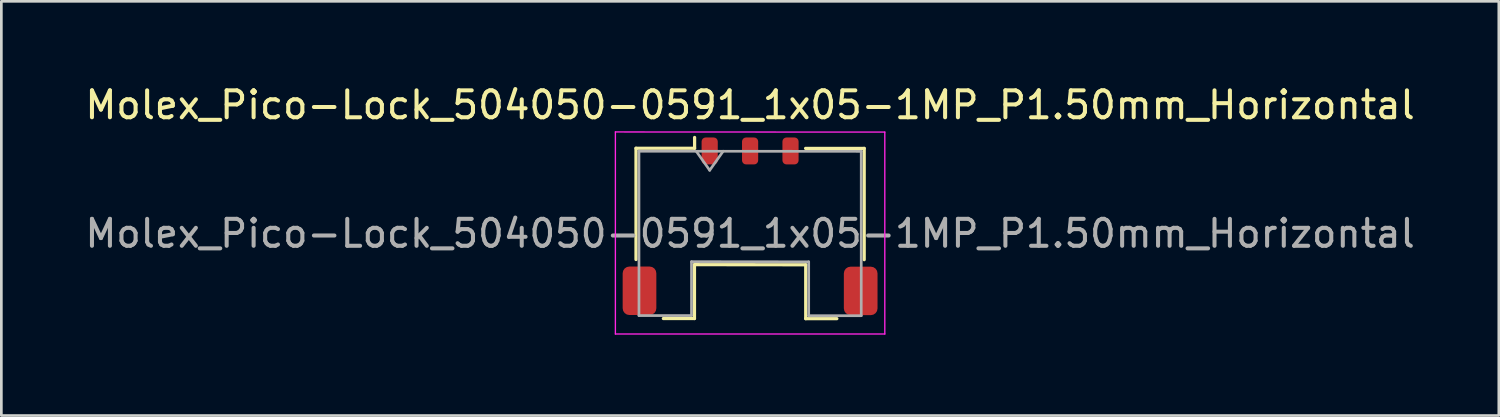
<source format=kicad_pcb>
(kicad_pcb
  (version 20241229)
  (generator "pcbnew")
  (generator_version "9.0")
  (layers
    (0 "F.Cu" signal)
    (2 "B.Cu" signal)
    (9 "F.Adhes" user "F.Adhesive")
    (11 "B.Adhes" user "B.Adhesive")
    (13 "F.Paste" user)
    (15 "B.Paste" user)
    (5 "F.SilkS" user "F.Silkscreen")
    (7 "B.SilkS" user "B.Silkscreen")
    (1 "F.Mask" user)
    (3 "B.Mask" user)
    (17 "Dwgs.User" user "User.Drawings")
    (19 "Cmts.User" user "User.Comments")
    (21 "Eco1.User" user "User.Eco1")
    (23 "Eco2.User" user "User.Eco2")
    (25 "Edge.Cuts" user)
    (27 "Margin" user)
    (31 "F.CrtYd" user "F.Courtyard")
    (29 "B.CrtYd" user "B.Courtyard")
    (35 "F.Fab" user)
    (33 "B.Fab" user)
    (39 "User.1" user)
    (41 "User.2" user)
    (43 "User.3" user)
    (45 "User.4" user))
  (footprint "Molex_Pico-Lock_504050-0591_1x05-1MP_P1.50mm_Horizontal"
    (layer "F.Cu")
    (at 24.792 5.348)
    (property "Reference" "Molex_Pico-Lock_504050-0591_1x05-1MP_P1.50mm_Horizontal" (at 0 -4.5 0) (layer "F.SilkS") (effects (font (size 1 1) (thickness 0.15))))
    (attr smd)
    (fp_line (start -4.235 -2.895) (end -2.06 -2.895) (stroke (width 0.12) (type solid)) (layer "F.SilkS"))
    (fp_line (start -4.235 1.235) (end -4.235 -2.895) (stroke (width 0.12) (type solid)) (layer "F.SilkS"))
    (fp_line (start -3.22 3.425) (end -2.065 3.425) (stroke (width 0.12) (type solid)) (layer "F.SilkS"))
    (fp_line (start -2.065 1.425) (end 2.065 1.43) (stroke (width 0.12) (type solid)) (layer "F.SilkS"))
    (fp_line (start -2.065 3.425) (end -2.065 1.425) (stroke (width 0.12) (type solid)) (layer "F.SilkS"))
    (fp_line (start -2.06 -2.895) (end -2.06 -3.295) (stroke (width 0.12) (type solid)) (layer "F.SilkS"))
    (fp_line (start 2.065 1.43) (end 2.065 3.43) (stroke (width 0.12) (type solid)) (layer "F.SilkS"))
    (fp_line (start 2.065 3.43) (end 3.22 3.43) (stroke (width 0.12) (type solid)) (layer "F.SilkS"))
    (fp_line (start 4.235 -2.89) (end 2.06 -2.89) (stroke (width 0.12) (type solid)) (layer "F.SilkS"))
    (fp_line (start 4.235 1.24) (end 4.235 -2.89) (stroke (width 0.12) (type solid)) (layer "F.SilkS"))
    (fp_line (start -5 -3.5) (end -5 4) (stroke (width 0.05) (type solid)) (layer "F.CrtYd"))
    (fp_line (start -5 4) (end 5 4) (stroke (width 0.05) (type solid)) (layer "F.CrtYd"))
    (fp_line (start 5 -3.495) (end -5 -3.5) (stroke (width 0.05) (type solid)) (layer "F.CrtYd"))
    (fp_line (start 5 4) (end 5 -3.495) (stroke (width 0.05) (type solid)) (layer "F.CrtYd"))
    (fp_line (start -4.125 -2.785) (end -4.125 3.315) (stroke (width 0.1) (type solid)) (layer "F.Fab"))
    (fp_line (start -4.125 -2.785) (end 4.125 -2.78) (stroke (width 0.1) (type solid)) (layer "F.Fab"))
    (fp_line (start -4.125 3.315) (end -2.175 3.315) (stroke (width 0.1) (type solid)) (layer "F.Fab"))
    (fp_line (start -2.175 1.315) (end 2.175 1.32) (stroke (width 0.1) (type solid)) (layer "F.Fab"))
    (fp_line (start -2.175 3.315) (end -2.175 1.315) (stroke (width 0.1) (type solid)) (layer "F.Fab"))
    (fp_line (start -2 -2.785) (end -1.5 -2.078) (stroke (width 0.1) (type solid)) (layer "F.Fab"))
    (fp_line (start -1.5 -2.078) (end -1 -2.785) (stroke (width 0.1) (type solid)) (layer "F.Fab"))
    (fp_line (start 2.175 1.32) (end 2.175 3.32) (stroke (width 0.1) (type solid)) (layer "F.Fab"))
    (fp_line (start 2.175 3.32) (end 4.125 3.32) (stroke (width 0.1) (type solid)) (layer "F.Fab"))
    (fp_line (start 4.125 -2.78) (end 4.125 3.32) (stroke (width 0.1) (type solid)) (layer "F.Fab"))
    (fp_text user "${REFERENCE}" (at 0 0.27 0) (layer "F.Fab") (effects (font (size 1 1) (thickness 0.15))))
    (pad "1" smd roundrect (at -1.5 -2.795) (size 0.6 1) (layers "F.Cu" "F.Mask" "F.Paste") (roundrect_rratio 0.25))
    (pad "2" smd roundrect (at 0 -2.795) (size 0.6 1) (layers "F.Cu" "F.Mask" "F.Paste") (roundrect_rratio 0.25))
    (pad "3" smd roundrect (at 1.5 -2.795) (size 0.6 1) (layers "F.Cu" "F.Mask" "F.Paste") (roundrect_rratio 0.25))
    (pad "MP" smd roundrect (at -4.105 2.395) (size 1.25 1.8) (layers "F.Cu" "F.Mask" "F.Paste") (roundrect_rratio 0.2))
    (pad "MP" smd roundrect (at 4.105 2.4) (size 1.25 1.8) (layers "F.Cu" "F.Mask" "F.Paste") (roundrect_rratio 0.2)))
  (gr_rect
    (start -3 -3)
    (end 52.583 12.373)
    (stroke (width 0.1) (type default))
    (fill no)
    (layer "Edge.Cuts")))
</source>
